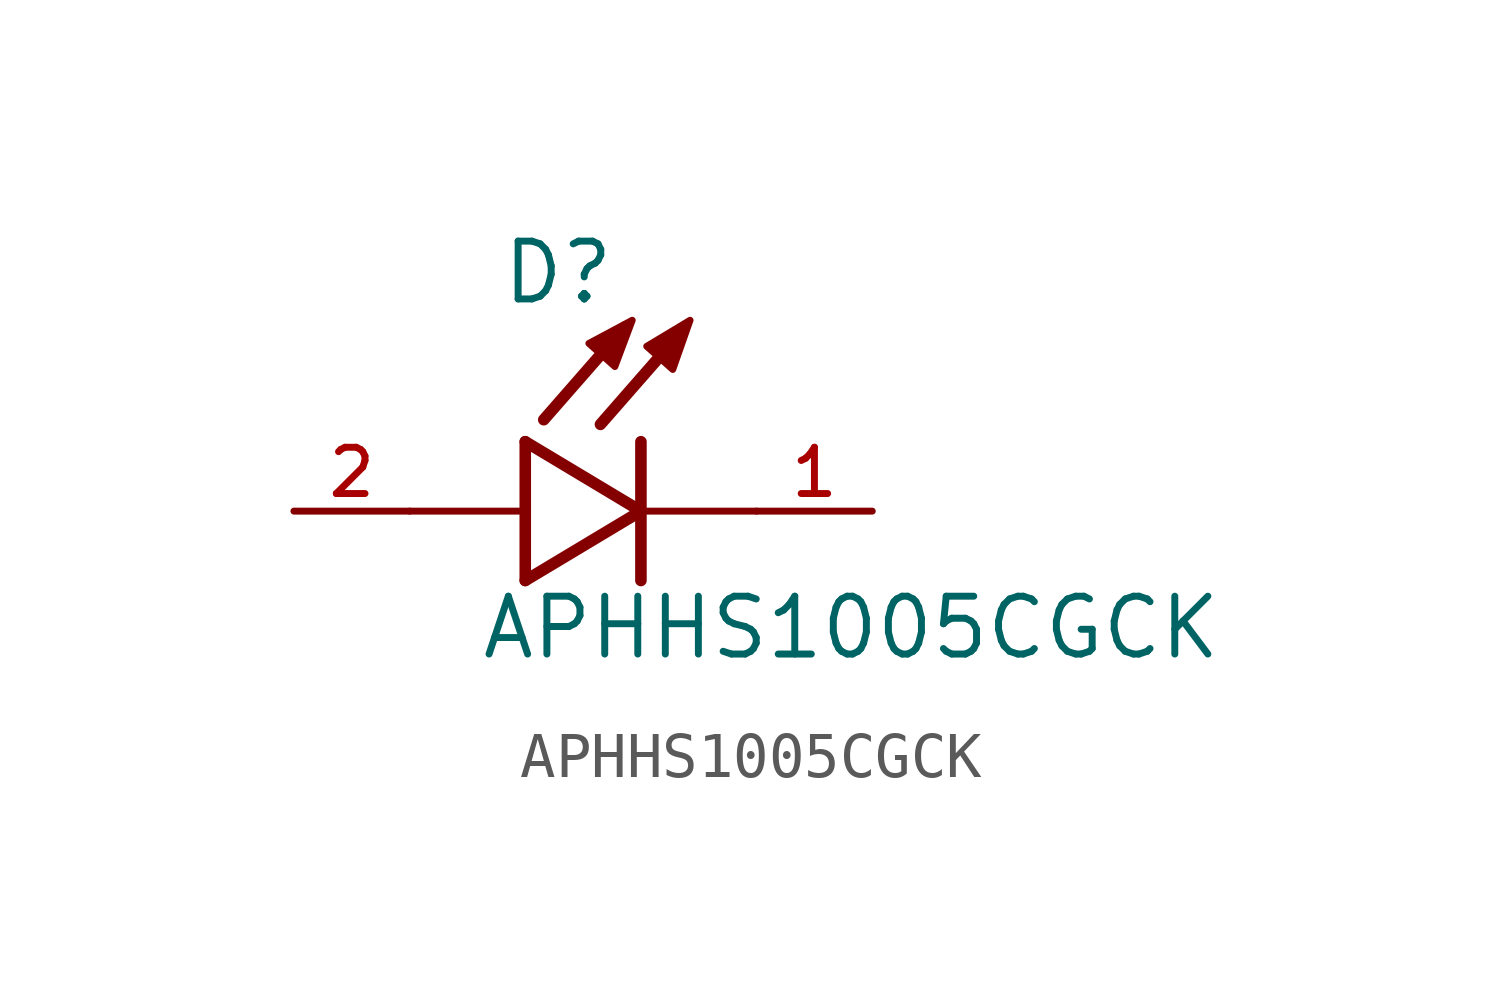
<source format=kicad_sym>
(kicad_symbol_lib
  (version 20241209)
  (generator "kicad_symbol_editor")
  (generator_version "9.0")
  (symbol "APHHS1005CGCK"
    (pin_names
      (offset 1.016))
    (property "Reference" "D"
      (at -3.099 4.496 0)
      (effects (font (size 1.27 1.27)) (justify left bottom)))
    (property "Value" "APHHS1005CGCK"
      (at -3.556 -3.302 0)
      (effects (font (size 1.27 1.27)) (justify left bottom)))
    (symbol "APHHS1005CGCK_0_0"
      (polyline (pts (xy -2.54 1.524) (xy -2.54 0)) (stroke (width 0.254) (type default)) (fill (type none)))
      (polyline (pts (xy -2.54 0) (xy -5.08 0)) (stroke (width 0.152) (type default)) (fill (type none)))
      (polyline (pts (xy -2.54 0) (xy -2.54 -1.524)) (stroke (width 0.254) (type default)) (fill (type none)))
      (polyline (pts (xy -2.54 -1.524) (xy 0 0)) (stroke (width 0.254) (type default)) (fill (type none)))
      (polyline (pts (xy -1.143 3.683) (xy -0.572 3.175) (xy -0.191 4.191) (xy -1.143 3.683)) (stroke (width 0.152) (type default)) (fill (type outline)))
      (polyline (pts (xy -0.356 4.039) (xy -2.134 2.007)) (stroke (width 0.254) (type default)) (fill (type none)))
      (polyline (pts (xy 0 1.524) (xy 0 0)) (stroke (width 0.254) (type default)) (fill (type none)))
      (polyline (pts (xy 0 0) (xy -2.54 1.524)) (stroke (width 0.254) (type default)) (fill (type none)))
      (polyline (pts (xy 0 0) (xy 0 -1.524)) (stroke (width 0.254) (type default)) (fill (type none)))
      (polyline (pts (xy 0.127 3.619) (xy 0.699 3.111) (xy 1.079 4.191) (xy 0.127 3.619)) (stroke (width 0.152) (type default)) (fill (type outline)))
      (polyline (pts (xy 0.889 3.937) (xy -0.889 1.905)) (stroke (width 0.254) (type default)) (fill (type none)))
      (polyline (pts (xy 2.54 0) (xy 0 0)) (stroke (width 0.152) (type default)) (fill (type none)))
      (pin passive line (at -7.62 0 0) (length 2.54) (name "~" (effects (font (size 1.016 1.016)))) (number "2" (effects (font (size 1.016 1.016)))))
      (pin passive line (at 5.08 0 180) (length 2.54) (name "~" (effects (font (size 1.016 1.016)))) (number "1" (effects (font (size 1.016 1.016))))))))
</source>
